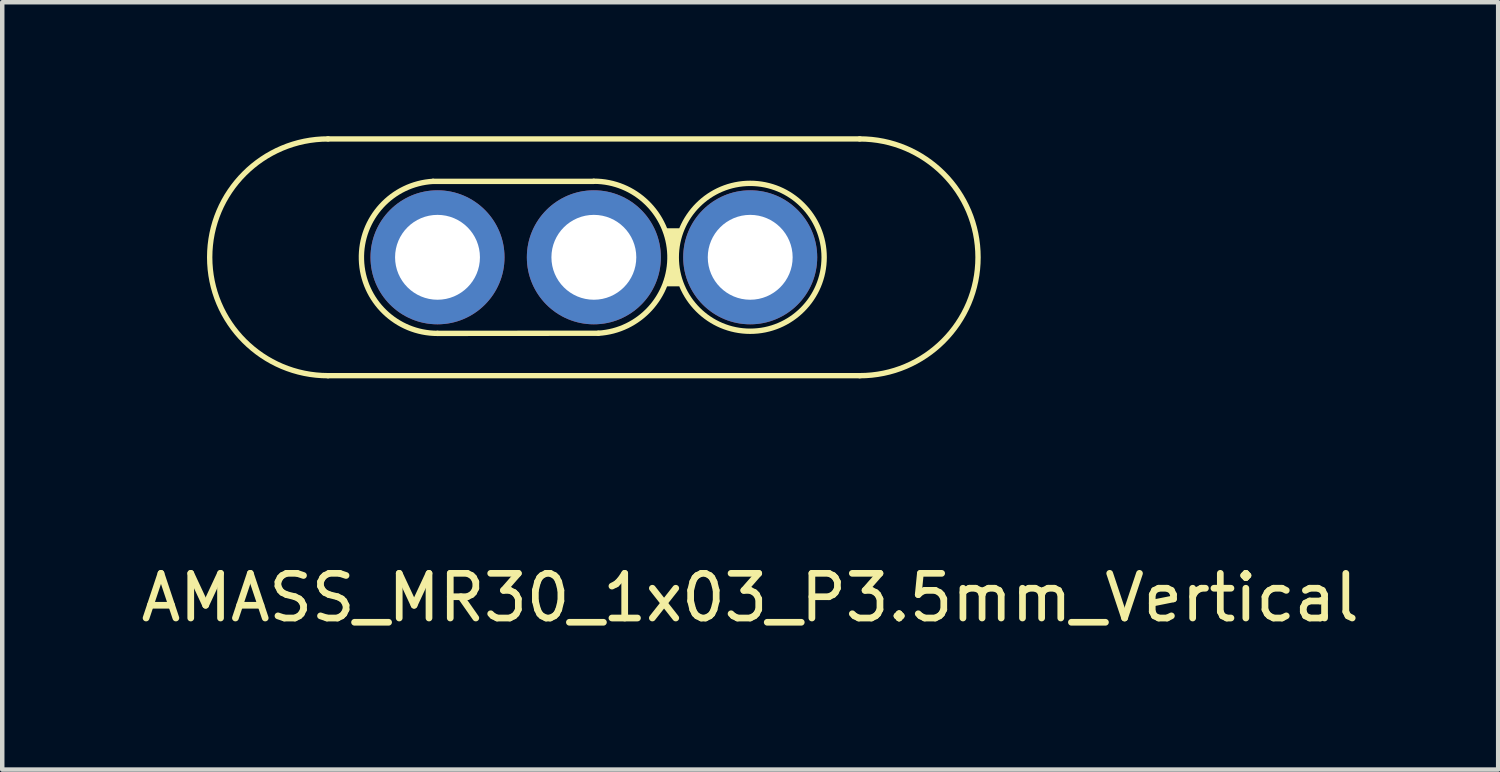
<source format=kicad_pcb>
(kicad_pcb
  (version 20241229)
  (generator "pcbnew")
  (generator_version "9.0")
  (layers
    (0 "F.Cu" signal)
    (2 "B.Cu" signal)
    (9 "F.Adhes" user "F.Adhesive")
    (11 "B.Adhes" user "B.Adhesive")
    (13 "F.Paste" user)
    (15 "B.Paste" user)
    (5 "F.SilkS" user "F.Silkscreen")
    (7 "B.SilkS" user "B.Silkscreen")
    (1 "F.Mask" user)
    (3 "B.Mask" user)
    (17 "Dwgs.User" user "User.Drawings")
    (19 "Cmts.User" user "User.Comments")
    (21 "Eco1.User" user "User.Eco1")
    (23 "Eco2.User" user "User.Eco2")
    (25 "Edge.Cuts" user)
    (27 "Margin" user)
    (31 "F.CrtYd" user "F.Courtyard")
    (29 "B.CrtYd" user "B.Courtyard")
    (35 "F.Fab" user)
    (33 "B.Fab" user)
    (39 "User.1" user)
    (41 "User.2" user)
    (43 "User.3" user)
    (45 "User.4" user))
  (footprint "AMASS_MR30_1x03_P3.5mm_Vertical"
    (layer "F.Cu")
    (at 13.744 2.71)
    (property "Reference" "AMASS_MR30_1x03_P3.5mm_Vertical" (at 0 7.62 0) (layer "F.SilkS") (effects (font (size 1 1) (thickness 0.15))))
    (attr through_hole)
    (fp_line (start -9.45 -2.65) (end 2.45 -2.65) (stroke (width 0.12) (type solid)) (layer "F.SilkS"))
    (fp_line (start -7.1 -1.7) (end -3.5 -1.7) (stroke (width 0.12) (type solid)) (layer "F.SilkS"))
    (fp_line (start -3.4 1.7) (end -7 1.703) (stroke (width 0.12) (type solid)) (layer "F.SilkS"))
    (fp_line (start 2.45 2.65) (end -9.45 2.65) (stroke (width 0.12) (type solid)) (layer "F.SilkS"))
    (fp_arc (start -9.45 2.65) (mid -12.1 0) (end -9.45 -2.65) (stroke (width 0.12) (type solid)) (layer "F.SilkS"))
    (fp_arc (start -7.000002 1.702938) (mid -8.702204 0.050021) (end -7.1 -1.699999) (stroke (width 0.12) (type solid)) (layer "F.SilkS"))
    (fp_arc (start -3.499998 -1.702937) (mid -1.797796 -0.05002) (end -3.4 1.7) (stroke (width 0.12) (type solid)) (layer "F.SilkS"))
    (fp_arc (start 2.45 -2.65) (mid 5.1 0) (end 2.45 2.65) (stroke (width 0.12) (type solid)) (layer "F.SilkS"))
    (fp_circle (center 0 0) (end 0.7 1.5) (stroke (width 0.12) (type solid)) (fill no) (layer "F.SilkS"))
    (fp_poly (pts (xy -1.7 0) (xy -1.9 -0.6) (xy -1.6 -0.6)) (stroke (width 0.1) (type solid)) (fill yes) (layer "F.SilkS"))
    (fp_poly (pts (xy -1.7 0.1) (xy -1.6 0.6) (xy -1.9 0.6) (xy -1.7 0)) (stroke (width 0.1) (type solid)) (fill yes) (layer "F.SilkS"))
    (pad "1" thru_hole circle (at 0 0) (size 3 3) (drill 1.9) (layers "*.Cu" "*.Mask"))
    (pad "2" thru_hole circle (at -3.5 0) (size 3 3) (drill 1.9) (layers "*.Cu" "*.Mask"))
    (pad "3" thru_hole circle (at -7 0) (size 3 3) (drill 1.9) (layers "*.Cu" "*.Mask")))
  (gr_rect
    (start -3 -3)
    (end 30.488 14.178)
    (stroke (width 0.1) (type default))
    (fill no)
    (layer "Edge.Cuts")))
</source>
